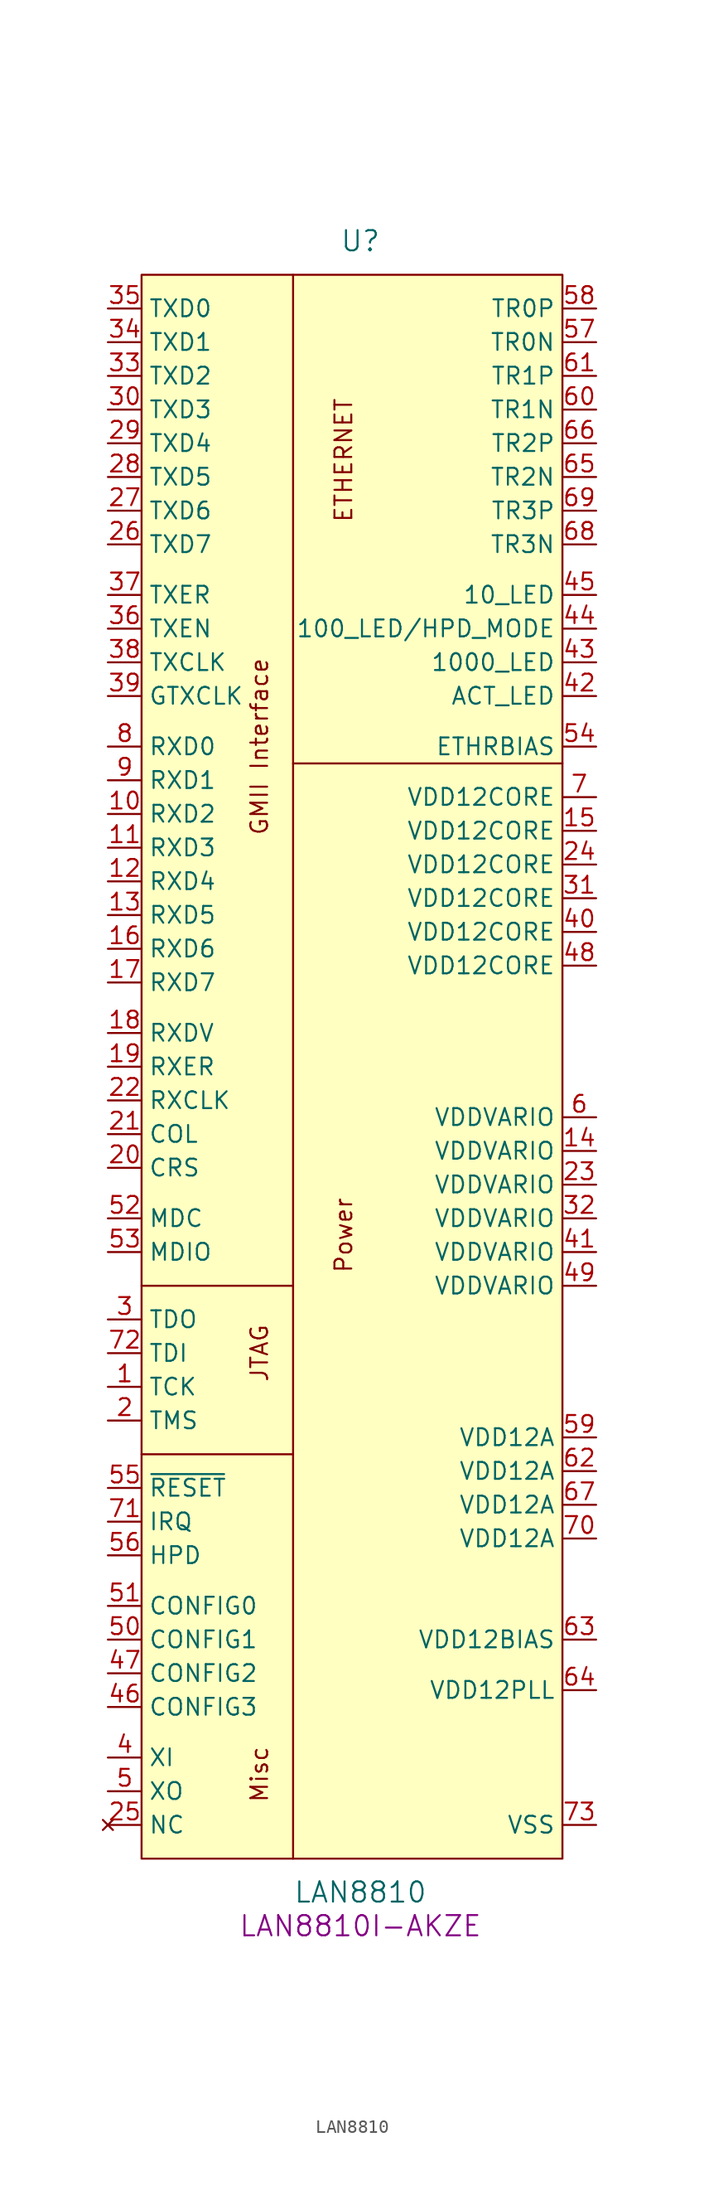
<source format=kicad_sym>
(kicad_symbol_lib
  (version 20231120)
  (generator "kicad_symbol_editor")
  (generator_version "8.0")
  (symbol "LAN8810"
    (property "Reference" "U"
      (at 0 58.42 0)
      (effects (font (size 1.524 1.524))))
    (property "Value" "LAN8810"
      (at 0 -66.04 0)
      (effects (font (size 1.524 1.524))))
    (property "MPN" "LAN8810I-AKZE"
      (at 0 -68.58 0)
      (effects (font (size 1.524 1.524))))
    (symbol "LAN8810_0_1"
      (rectangle (start -16.51 55.88) (end 15.24 -63.5) (stroke (width 0) (type default)) (fill (type background))))
    (symbol "LAN8810_1_0"
      (text "ETHERNET" (at -1.27 41.91 900) (effects (font (size 1.27 1.27))))
      (text "GMII Interface" (at -7.62 20.32 900) (effects (font (size 1.27 1.27))))
      (text "JTAG" (at -7.62 -25.4 900) (effects (font (size 1.27 1.27))))
      (text "Misc" (at -7.62 -57.15 900) (effects (font (size 1.27 1.27))))
      (text "Power" (at -1.27 -16.51 900) (effects (font (size 1.27 1.27)))))
    (symbol "LAN8810_1_1"
      (polyline (pts (xy -5.08 -33.02) (xy -16.51 -33.02)) (stroke (width 0.152) (type default)) (fill (type none)))
      (polyline (pts (xy -5.08 -20.32) (xy -16.51 -20.32)) (stroke (width 0.152) (type default)) (fill (type none)))
      (polyline (pts (xy -5.08 55.88) (xy -5.08 -63.5)) (stroke (width 0.152) (type default)) (fill (type none)))
      (polyline (pts (xy 15.24 19.05) (xy -5.08 19.05)) (stroke (width 0.152) (type default)) (fill (type none)))
      (pin input line (at -19.05 -27.94 0) (length 2.54) (name "TCK" (effects (font (size 1.27 1.27)))) (number "1" (effects (font (size 1.27 1.27)))))
      (pin output line (at -19.05 15.24 0) (length 2.54) (name "RXD2" (effects (font (size 1.27 1.27)))) (number "10" (effects (font (size 1.27 1.27)))))
      (pin output line (at -19.05 12.7 0) (length 2.54) (name "RXD3" (effects (font (size 1.27 1.27)))) (number "11" (effects (font (size 1.27 1.27)))))
      (pin output line (at -19.05 10.16 0) (length 2.54) (name "RXD4" (effects (font (size 1.27 1.27)))) (number "12" (effects (font (size 1.27 1.27)))))
      (pin output line (at -19.05 7.62 0) (length 2.54) (name "RXD5" (effects (font (size 1.27 1.27)))) (number "13" (effects (font (size 1.27 1.27)))))
      (pin power_in line (at 17.78 -10.16 180) (length 2.54) (name "VDDVARIO" (effects (font (size 1.27 1.27)))) (number "14" (effects (font (size 1.27 1.27)))))
      (pin power_in line (at 17.78 13.97 180) (length 2.54) (name "VDD12CORE" (effects (font (size 1.27 1.27)))) (number "15" (effects (font (size 1.27 1.27)))))
      (pin output line (at -19.05 5.08 0) (length 2.54) (name "RXD6" (effects (font (size 1.27 1.27)))) (number "16" (effects (font (size 1.27 1.27)))))
      (pin output line (at -19.05 2.54 0) (length 2.54) (name "RXD7" (effects (font (size 1.27 1.27)))) (number "17" (effects (font (size 1.27 1.27)))))
      (pin output line (at -19.05 -1.27 0) (length 2.54) (name "RXDV" (effects (font (size 1.27 1.27)))) (number "18" (effects (font (size 1.27 1.27)))))
      (pin output line (at -19.05 -3.81 0) (length 2.54) (name "RXER" (effects (font (size 1.27 1.27)))) (number "19" (effects (font (size 1.27 1.27)))))
      (pin input line (at -19.05 -30.48 0) (length 2.54) (name "TMS" (effects (font (size 1.27 1.27)))) (number "2" (effects (font (size 1.27 1.27)))))
      (pin output line (at -19.05 -11.43 0) (length 2.54) (name "CRS" (effects (font (size 1.27 1.27)))) (number "20" (effects (font (size 1.27 1.27)))))
      (pin output line (at -19.05 -8.89 0) (length 2.54) (name "COL" (effects (font (size 1.27 1.27)))) (number "21" (effects (font (size 1.27 1.27)))))
      (pin output line (at -19.05 -6.35 0) (length 2.54) (name "RXCLK" (effects (font (size 1.27 1.27)))) (number "22" (effects (font (size 1.27 1.27)))))
      (pin power_in line (at 17.78 -12.7 180) (length 2.54) (name "VDDVARIO" (effects (font (size 1.27 1.27)))) (number "23" (effects (font (size 1.27 1.27)))))
      (pin power_in line (at 17.78 11.43 180) (length 2.54) (name "VDD12CORE" (effects (font (size 1.27 1.27)))) (number "24" (effects (font (size 1.27 1.27)))))
      (pin no_connect line (at -19.05 -60.96 0) (length 2.54) (name "NC" (effects (font (size 1.27 1.27)))) (number "25" (effects (font (size 1.27 1.27)))))
      (pin input line (at -19.05 35.56 0) (length 2.54) (name "TXD7" (effects (font (size 1.27 1.27)))) (number "26" (effects (font (size 1.27 1.27)))))
      (pin input line (at -19.05 38.1 0) (length 2.54) (name "TXD6" (effects (font (size 1.27 1.27)))) (number "27" (effects (font (size 1.27 1.27)))))
      (pin input line (at -19.05 40.64 0) (length 2.54) (name "TXD5" (effects (font (size 1.27 1.27)))) (number "28" (effects (font (size 1.27 1.27)))))
      (pin input line (at -19.05 43.18 0) (length 2.54) (name "TXD4" (effects (font (size 1.27 1.27)))) (number "29" (effects (font (size 1.27 1.27)))))
      (pin output line (at -19.05 -22.86 0) (length 2.54) (name "TDO" (effects (font (size 1.27 1.27)))) (number "3" (effects (font (size 1.27 1.27)))))
      (pin input line (at -19.05 45.72 0) (length 2.54) (name "TXD3" (effects (font (size 1.27 1.27)))) (number "30" (effects (font (size 1.27 1.27)))))
      (pin power_in line (at 17.78 8.89 180) (length 2.54) (name "VDD12CORE" (effects (font (size 1.27 1.27)))) (number "31" (effects (font (size 1.27 1.27)))))
      (pin power_in line (at 17.78 -15.24 180) (length 2.54) (name "VDDVARIO" (effects (font (size 1.27 1.27)))) (number "32" (effects (font (size 1.27 1.27)))))
      (pin input line (at -19.05 48.26 0) (length 2.54) (name "TXD2" (effects (font (size 1.27 1.27)))) (number "33" (effects (font (size 1.27 1.27)))))
      (pin input line (at -19.05 50.8 0) (length 2.54) (name "TXD1" (effects (font (size 1.27 1.27)))) (number "34" (effects (font (size 1.27 1.27)))))
      (pin input line (at -19.05 53.34 0) (length 2.54) (name "TXD0" (effects (font (size 1.27 1.27)))) (number "35" (effects (font (size 1.27 1.27)))))
      (pin input line (at -19.05 29.21 0) (length 2.54) (name "TXEN" (effects (font (size 1.27 1.27)))) (number "36" (effects (font (size 1.27 1.27)))))
      (pin input line (at -19.05 31.75 0) (length 2.54) (name "TXER" (effects (font (size 1.27 1.27)))) (number "37" (effects (font (size 1.27 1.27)))))
      (pin input line (at -19.05 26.67 0) (length 2.54) (name "TXCLK" (effects (font (size 1.27 1.27)))) (number "38" (effects (font (size 1.27 1.27)))))
      (pin input line (at -19.05 24.13 0) (length 2.54) (name "GTXCLK" (effects (font (size 1.27 1.27)))) (number "39" (effects (font (size 1.27 1.27)))))
      (pin input line (at -19.05 -55.88 0) (length 2.54) (name "XI" (effects (font (size 1.27 1.27)))) (number "4" (effects (font (size 1.27 1.27)))))
      (pin power_in line (at 17.78 6.35 180) (length 2.54) (name "VDD12CORE" (effects (font (size 1.27 1.27)))) (number "40" (effects (font (size 1.27 1.27)))))
      (pin power_in line (at 17.78 -17.78 180) (length 2.54) (name "VDDVARIO" (effects (font (size 1.27 1.27)))) (number "41" (effects (font (size 1.27 1.27)))))
      (pin output line (at 17.78 24.13 180) (length 2.54) (name "ACT_LED" (effects (font (size 1.27 1.27)))) (number "42" (effects (font (size 1.27 1.27)))))
      (pin output line (at 17.78 26.67 180) (length 2.54) (name "1000_LED" (effects (font (size 1.27 1.27)))) (number "43" (effects (font (size 1.27 1.27)))))
      (pin bidirectional line (at 17.78 29.21 180) (length 2.54) (name "100_LED/HPD_MODE" (effects (font (size 1.27 1.27)))) (number "44" (effects (font (size 1.27 1.27)))))
      (pin output line (at 17.78 31.75 180) (length 2.54) (name "10_LED" (effects (font (size 1.27 1.27)))) (number "45" (effects (font (size 1.27 1.27)))))
      (pin input line (at -19.05 -52.07 0) (length 2.54) (name "CONFIG3" (effects (font (size 1.27 1.27)))) (number "46" (effects (font (size 1.27 1.27)))))
      (pin input line (at -19.05 -49.53 0) (length 2.54) (name "CONFIG2" (effects (font (size 1.27 1.27)))) (number "47" (effects (font (size 1.27 1.27)))))
      (pin power_in line (at 17.78 3.81 180) (length 2.54) (name "VDD12CORE" (effects (font (size 1.27 1.27)))) (number "48" (effects (font (size 1.27 1.27)))))
      (pin power_in line (at 17.78 -20.32 180) (length 2.54) (name "VDDVARIO" (effects (font (size 1.27 1.27)))) (number "49" (effects (font (size 1.27 1.27)))))
      (pin output line (at -19.05 -58.42 0) (length 2.54) (name "XO" (effects (font (size 1.27 1.27)))) (number "5" (effects (font (size 1.27 1.27)))))
      (pin input line (at -19.05 -46.99 0) (length 2.54) (name "CONFIG1" (effects (font (size 1.27 1.27)))) (number "50" (effects (font (size 1.27 1.27)))))
      (pin input line (at -19.05 -44.45 0) (length 2.54) (name "CONFIG0" (effects (font (size 1.27 1.27)))) (number "51" (effects (font (size 1.27 1.27)))))
      (pin input line (at -19.05 -15.24 0) (length 2.54) (name "MDC" (effects (font (size 1.27 1.27)))) (number "52" (effects (font (size 1.27 1.27)))))
      (pin bidirectional line (at -19.05 -17.78 0) (length 2.54) (name "MDIO" (effects (font (size 1.27 1.27)))) (number "53" (effects (font (size 1.27 1.27)))))
      (pin input line (at 17.78 20.32 180) (length 2.54) (name "ETHRBIAS" (effects (font (size 1.27 1.27)))) (number "54" (effects (font (size 1.27 1.27)))))
      (pin input line (at -19.05 -35.56 0) (length 2.54) (name "~{RESET}" (effects (font (size 1.27 1.27)))) (number "55" (effects (font (size 1.27 1.27)))))
      (pin input line (at -19.05 -40.64 0) (length 2.54) (name "HPD" (effects (font (size 1.27 1.27)))) (number "56" (effects (font (size 1.27 1.27)))))
      (pin bidirectional line (at 17.78 50.8 180) (length 2.54) (name "TR0N" (effects (font (size 1.27 1.27)))) (number "57" (effects (font (size 1.27 1.27)))))
      (pin bidirectional line (at 17.78 53.34 180) (length 2.54) (name "TR0P" (effects (font (size 1.27 1.27)))) (number "58" (effects (font (size 1.27 1.27)))))
      (pin power_in line (at 17.78 -31.75 180) (length 2.54) (name "VDD12A" (effects (font (size 1.27 1.27)))) (number "59" (effects (font (size 1.27 1.27)))))
      (pin power_in line (at 17.78 -7.62 180) (length 2.54) (name "VDDVARIO" (effects (font (size 1.27 1.27)))) (number "6" (effects (font (size 1.27 1.27)))))
      (pin bidirectional line (at 17.78 45.72 180) (length 2.54) (name "TR1N" (effects (font (size 1.27 1.27)))) (number "60" (effects (font (size 1.27 1.27)))))
      (pin bidirectional line (at 17.78 48.26 180) (length 2.54) (name "TR1P" (effects (font (size 1.27 1.27)))) (number "61" (effects (font (size 1.27 1.27)))))
      (pin power_in line (at 17.78 -34.29 180) (length 2.54) (name "VDD12A" (effects (font (size 1.27 1.27)))) (number "62" (effects (font (size 1.27 1.27)))))
      (pin power_in line (at 17.78 -46.99 180) (length 2.54) (name "VDD12BIAS" (effects (font (size 1.27 1.27)))) (number "63" (effects (font (size 1.27 1.27)))))
      (pin power_in line (at 17.78 -50.8 180) (length 2.54) (name "VDD12PLL" (effects (font (size 1.27 1.27)))) (number "64" (effects (font (size 1.27 1.27)))))
      (pin bidirectional line (at 17.78 40.64 180) (length 2.54) (name "TR2N" (effects (font (size 1.27 1.27)))) (number "65" (effects (font (size 1.27 1.27)))))
      (pin bidirectional line (at 17.78 43.18 180) (length 2.54) (name "TR2P" (effects (font (size 1.27 1.27)))) (number "66" (effects (font (size 1.27 1.27)))))
      (pin power_in line (at 17.78 -36.83 180) (length 2.54) (name "VDD12A" (effects (font (size 1.27 1.27)))) (number "67" (effects (font (size 1.27 1.27)))))
      (pin bidirectional line (at 17.78 35.56 180) (length 2.54) (name "TR3N" (effects (font (size 1.27 1.27)))) (number "68" (effects (font (size 1.27 1.27)))))
      (pin bidirectional line (at 17.78 38.1 180) (length 2.54) (name "TR3P" (effects (font (size 1.27 1.27)))) (number "69" (effects (font (size 1.27 1.27)))))
      (pin power_in line (at 17.78 16.51 180) (length 2.54) (name "VDD12CORE" (effects (font (size 1.27 1.27)))) (number "7" (effects (font (size 1.27 1.27)))))
      (pin power_in line (at 17.78 -39.37 180) (length 2.54) (name "VDD12A" (effects (font (size 1.27 1.27)))) (number "70" (effects (font (size 1.27 1.27)))))
      (pin output line (at -19.05 -38.1 0) (length 2.54) (name "IRQ" (effects (font (size 1.27 1.27)))) (number "71" (effects (font (size 1.27 1.27)))))
      (pin input line (at -19.05 -25.4 0) (length 2.54) (name "TDI" (effects (font (size 1.27 1.27)))) (number "72" (effects (font (size 1.27 1.27)))))
      (pin power_in line (at 17.78 -60.96 180) (length 2.54) (name "VSS" (effects (font (size 1.27 1.27)))) (number "73" (effects (font (size 1.27 1.27)))))
      (pin output line (at -19.05 20.32 0) (length 2.54) (name "RXD0" (effects (font (size 1.27 1.27)))) (number "8" (effects (font (size 1.27 1.27)))))
      (pin output line (at -19.05 17.78 0) (length 2.54) (name "RXD1" (effects (font (size 1.27 1.27)))) (number "9" (effects (font (size 1.27 1.27))))))))
</source>
